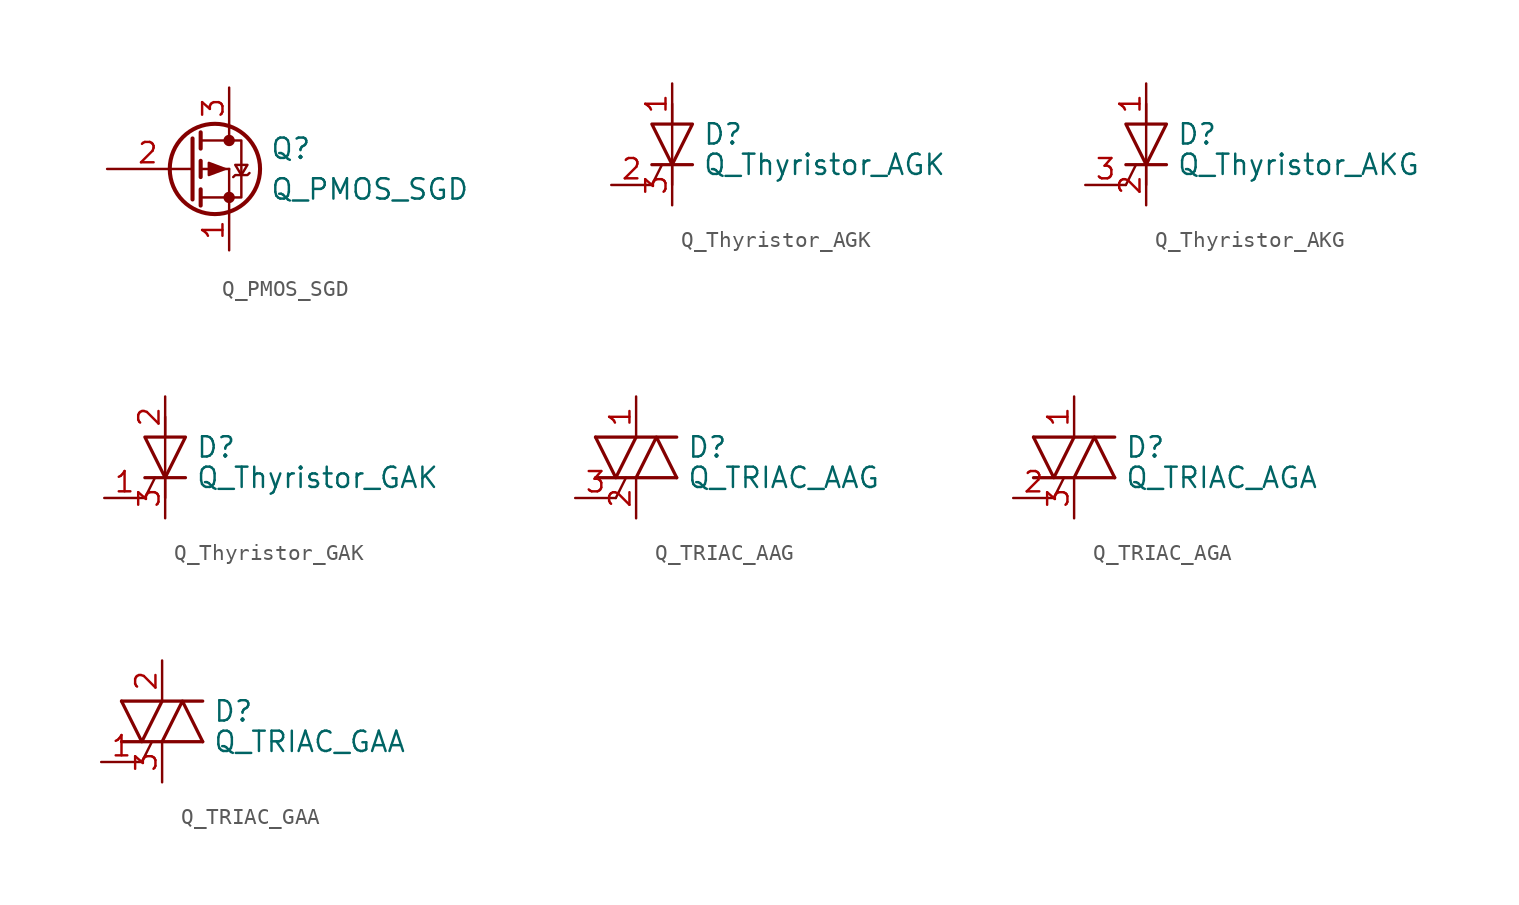
<source format=kicad_sym>
(kicad_symbol_lib
  (version 20211014)
  (generator kicad_symbol_editor)
  (symbol "Q_PMOS_SGD"
    (pin_names
      (offset 0) hide)
    (property "Reference" "Q"
      (at 5.08 1.27 0)
      (effects (font (size 1.27 1.27)) (justify left)))
    (property "Value" "Q_PMOS_SGD"
      (at 5.08 -1.27 0)
      (effects (font (size 1.27 1.27)) (justify left)))
    (symbol "Q_PMOS_SGD_0_1"
      (polyline (pts (xy 0.051 0) (xy 0.254 0)) (stroke (width 0) (type default) (color 0 0 0 0)) (fill (type none)))
      (polyline (pts (xy 0.762 -1.778) (xy 2.54 -1.778)) (stroke (width 0) (type default) (color 0 0 0 0)) (fill (type none)))
      (polyline (pts (xy 0.762 -1.27) (xy 0.762 -2.286)) (stroke (width 0.254) (type default) (color 0 0 0 0)) (fill (type none)))
      (polyline (pts (xy 0.762 0) (xy 2.54 0)) (stroke (width 0) (type default) (color 0 0 0 0)) (fill (type none)))
      (polyline (pts (xy 0.762 0.508) (xy 0.762 -0.508)) (stroke (width 0.254) (type default) (color 0 0 0 0)) (fill (type none)))
      (polyline (pts (xy 0.762 1.778) (xy 2.54 1.778)) (stroke (width 0) (type default) (color 0 0 0 0)) (fill (type none)))
      (polyline (pts (xy 0.762 2.286) (xy 0.762 1.27)) (stroke (width 0.254) (type default) (color 0 0 0 0)) (fill (type none)))
      (polyline (pts (xy 2.54 -1.778) (xy 2.54 -2.54)) (stroke (width 0) (type default) (color 0 0 0 0)) (fill (type none)))
      (polyline (pts (xy 2.54 -1.778) (xy 2.54 0)) (stroke (width 0) (type default) (color 0 0 0 0)) (fill (type none)))
      (polyline (pts (xy 2.54 2.54) (xy 2.54 1.778)) (stroke (width 0) (type default) (color 0 0 0 0)) (fill (type none)))
      (polyline (pts (xy 0.254 1.905) (xy 0.254 -1.905) (xy 0.254 -1.905)) (stroke (width 0.254) (type default) (color 0 0 0 0)) (fill (type none)))
      (polyline (pts (xy 2.286 0) (xy 1.27 -0.381) (xy 1.27 0.381) (xy 2.286 0)) (stroke (width 0) (type default) (color 0 0 0 0)) (fill (type outline)))
      (polyline (pts (xy 2.54 -1.778) (xy 3.302 -1.778) (xy 3.302 1.778) (xy 2.54 1.778)) (stroke (width 0) (type default) (color 0 0 0 0)) (fill (type none)))
      (polyline (pts (xy 2.794 -0.508) (xy 2.921 -0.381) (xy 3.683 -0.381) (xy 3.81 -0.254)) (stroke (width 0) (type default) (color 0 0 0 0)) (fill (type none)))
      (polyline (pts (xy 3.302 -0.381) (xy 2.921 0.254) (xy 3.683 0.254) (xy 3.302 -0.381)) (stroke (width 0) (type default) (color 0 0 0 0)) (fill (type none)))
      (circle (center 1.651 0) (radius 2.819) (stroke (width 0.254) (type default) (color 0 0 0 0)) (fill (type none)))
      (circle (center 2.54 -1.778) (radius 0.279) (stroke (width 0) (type default) (color 0 0 0 0)) (fill (type outline)))
      (circle (center 2.54 1.778) (radius 0.279) (stroke (width 0) (type default) (color 0 0 0 0)) (fill (type outline))))
    (symbol "Q_PMOS_SGD_1_1"
      (pin passive line (at 2.54 -5.08 90) (length 2.54) (name "S" (effects (font (size 1.27 1.27)))) (number "1" (effects (font (size 1.27 1.27)))))
      (pin input line (at -5.08 0 0) (length 5.08) (name "G" (effects (font (size 1.27 1.27)))) (number "2" (effects (font (size 1.27 1.27)))))
      (pin passive line (at 2.54 5.08 270) (length 2.54) (name "D" (effects (font (size 1.27 1.27)))) (number "3" (effects (font (size 1.27 1.27)))))))
  (symbol "Q_Thyristor_AGK"
    (pin_names
      (offset 0) hide)
    (property "Reference" "D"
      (at 1.905 0.635 0)
      (effects (font (size 1.27 1.27)) (justify left)))
    (property "Value" "Q_Thyristor_AGK"
      (at 1.905 -1.27 0)
      (effects (font (size 1.27 1.27)) (justify left)))
    (symbol "Q_Thyristor_AGK_0_1"
      (polyline (pts (xy -1.27 -2.54) (xy -0.635 -1.27)) (stroke (width 0) (type default) (color 0 0 0 0)) (fill (type none)))
      (polyline (pts (xy -1.27 -1.27) (xy 1.27 -1.27)) (stroke (width 0.203) (type default) (color 0 0 0 0)) (fill (type none)))
      (polyline (pts (xy 0 -2.54) (xy 0 2.54)) (stroke (width 0) (type default) (color 0 0 0 0)) (fill (type none)))
      (polyline (pts (xy -1.27 1.27) (xy 1.27 1.27) (xy 0 -1.27) (xy -1.27 1.27)) (stroke (width 0.203) (type default) (color 0 0 0 0)) (fill (type none))))
    (symbol "Q_Thyristor_AGK_1_1"
      (pin passive line (at 0 3.81 270) (length 2.54) (name "A" (effects (font (size 1.27 1.27)))) (number "1" (effects (font (size 1.27 1.27)))))
      (pin input line (at -3.81 -2.54 0) (length 2.54) (name "G" (effects (font (size 1.27 1.27)))) (number "2" (effects (font (size 1.27 1.27)))))
      (pin passive line (at 0 -3.81 90) (length 2.54) (name "K" (effects (font (size 1.27 1.27)))) (number "3" (effects (font (size 1.27 1.27)))))))
  (symbol "Q_Thyristor_AKG"
    (pin_names
      (offset 0) hide)
    (property "Reference" "D"
      (at 1.905 0.635 0)
      (effects (font (size 1.27 1.27)) (justify left)))
    (property "Value" "Q_Thyristor_AKG"
      (at 1.905 -1.27 0)
      (effects (font (size 1.27 1.27)) (justify left)))
    (symbol "Q_Thyristor_AKG_0_1"
      (polyline (pts (xy -1.27 -2.54) (xy -0.635 -1.27)) (stroke (width 0) (type default) (color 0 0 0 0)) (fill (type none)))
      (polyline (pts (xy -1.27 -1.27) (xy 1.27 -1.27)) (stroke (width 0.203) (type default) (color 0 0 0 0)) (fill (type none)))
      (polyline (pts (xy 0 -2.54) (xy 0 2.54)) (stroke (width 0) (type default) (color 0 0 0 0)) (fill (type none)))
      (polyline (pts (xy -1.27 1.27) (xy 1.27 1.27) (xy 0 -1.27) (xy -1.27 1.27)) (stroke (width 0.203) (type default) (color 0 0 0 0)) (fill (type none))))
    (symbol "Q_Thyristor_AKG_1_1"
      (pin passive line (at 0 3.81 270) (length 2.54) (name "A" (effects (font (size 1.27 1.27)))) (number "1" (effects (font (size 1.27 1.27)))))
      (pin passive line (at 0 -3.81 90) (length 2.54) (name "K" (effects (font (size 1.27 1.27)))) (number "2" (effects (font (size 1.27 1.27)))))
      (pin input line (at -3.81 -2.54 0) (length 2.54) (name "G" (effects (font (size 1.27 1.27)))) (number "3" (effects (font (size 1.27 1.27)))))))
  (symbol "Q_Thyristor_GAK"
    (pin_names
      (offset 0) hide)
    (property "Reference" "D"
      (at 1.905 0.635 0)
      (effects (font (size 1.27 1.27)) (justify left)))
    (property "Value" "Q_Thyristor_GAK"
      (at 1.905 -1.27 0)
      (effects (font (size 1.27 1.27)) (justify left)))
    (symbol "Q_Thyristor_GAK_0_1"
      (polyline (pts (xy -1.27 -2.54) (xy -0.635 -1.27)) (stroke (width 0) (type default) (color 0 0 0 0)) (fill (type none)))
      (polyline (pts (xy -1.27 -1.27) (xy 1.27 -1.27)) (stroke (width 0.203) (type default) (color 0 0 0 0)) (fill (type none)))
      (polyline (pts (xy 0 -2.54) (xy 0 2.54)) (stroke (width 0) (type default) (color 0 0 0 0)) (fill (type none)))
      (polyline (pts (xy -1.27 1.27) (xy 1.27 1.27) (xy 0 -1.27) (xy -1.27 1.27)) (stroke (width 0.203) (type default) (color 0 0 0 0)) (fill (type none))))
    (symbol "Q_Thyristor_GAK_1_1"
      (pin input line (at -3.81 -2.54 0) (length 2.54) (name "G" (effects (font (size 1.27 1.27)))) (number "1" (effects (font (size 1.27 1.27)))))
      (pin passive line (at 0 3.81 270) (length 2.54) (name "A" (effects (font (size 1.27 1.27)))) (number "2" (effects (font (size 1.27 1.27)))))
      (pin passive line (at 0 -3.81 90) (length 2.54) (name "K" (effects (font (size 1.27 1.27)))) (number "3" (effects (font (size 1.27 1.27)))))))
  (symbol "Q_TRIAC_AAG"
    (pin_names
      (offset 0) hide)
    (property "Reference" "D"
      (at 3.175 0.635 0)
      (effects (font (size 1.27 1.27)) (justify left)))
    (property "Value" "Q_TRIAC_AAG"
      (at 3.175 -1.27 0)
      (effects (font (size 1.27 1.27)) (justify left)))
    (symbol "Q_TRIAC_AAG_0_1"
      (polyline (pts (xy -2.54 -1.27) (xy 2.54 -1.27)) (stroke (width 0.203) (type default) (color 0 0 0 0)) (fill (type none)))
      (polyline (pts (xy -2.54 1.27) (xy 2.54 1.27)) (stroke (width 0.203) (type default) (color 0 0 0 0)) (fill (type none)))
      (polyline (pts (xy -1.27 -2.54) (xy -0.635 -1.27)) (stroke (width 0) (type default) (color 0 0 0 0)) (fill (type none)))
      (polyline (pts (xy -2.54 1.27) (xy -1.27 -1.27) (xy 0 1.27)) (stroke (width 0.203) (type default) (color 0 0 0 0)) (fill (type none)))
      (polyline (pts (xy 0 -1.27) (xy 1.27 1.27) (xy 2.54 -1.27)) (stroke (width 0.203) (type default) (color 0 0 0 0)) (fill (type none))))
    (symbol "Q_TRIAC_AAG_1_1"
      (pin passive line (at 0 3.81 270) (length 2.54) (name "A1" (effects (font (size 1.27 1.27)))) (number "1" (effects (font (size 1.27 1.27)))))
      (pin passive line (at 0 -3.81 90) (length 2.54) (name "A2" (effects (font (size 1.27 1.27)))) (number "2" (effects (font (size 1.27 1.27)))))
      (pin input line (at -3.81 -2.54 0) (length 2.54) (name "G" (effects (font (size 1.27 1.27)))) (number "3" (effects (font (size 1.27 1.27)))))))
  (symbol "Q_TRIAC_AGA"
    (pin_names
      (offset 0) hide)
    (property "Reference" "D"
      (at 3.175 0.635 0)
      (effects (font (size 1.27 1.27)) (justify left)))
    (property "Value" "Q_TRIAC_AGA"
      (at 3.175 -1.27 0)
      (effects (font (size 1.27 1.27)) (justify left)))
    (symbol "Q_TRIAC_AGA_0_1"
      (polyline (pts (xy -2.54 -1.27) (xy 2.54 -1.27)) (stroke (width 0.203) (type default) (color 0 0 0 0)) (fill (type none)))
      (polyline (pts (xy -2.54 1.27) (xy 2.54 1.27)) (stroke (width 0.203) (type default) (color 0 0 0 0)) (fill (type none)))
      (polyline (pts (xy -1.27 -2.54) (xy -0.635 -1.27)) (stroke (width 0) (type default) (color 0 0 0 0)) (fill (type none)))
      (polyline (pts (xy -2.54 1.27) (xy -1.27 -1.27) (xy 0 1.27)) (stroke (width 0.203) (type default) (color 0 0 0 0)) (fill (type none)))
      (polyline (pts (xy 0 -1.27) (xy 1.27 1.27) (xy 2.54 -1.27)) (stroke (width 0.203) (type default) (color 0 0 0 0)) (fill (type none))))
    (symbol "Q_TRIAC_AGA_1_1"
      (pin passive line (at 0 3.81 270) (length 2.54) (name "A1" (effects (font (size 1.27 1.27)))) (number "1" (effects (font (size 1.27 1.27)))))
      (pin input line (at -3.81 -2.54 0) (length 2.54) (name "G" (effects (font (size 1.27 1.27)))) (number "2" (effects (font (size 1.27 1.27)))))
      (pin passive line (at 0 -3.81 90) (length 2.54) (name "A2" (effects (font (size 1.27 1.27)))) (number "3" (effects (font (size 1.27 1.27)))))))
  (symbol "Q_TRIAC_GAA"
    (pin_names
      (offset 0) hide)
    (property "Reference" "D"
      (at 3.175 0.635 0)
      (effects (font (size 1.27 1.27)) (justify left)))
    (property "Value" "Q_TRIAC_GAA"
      (at 3.175 -1.27 0)
      (effects (font (size 1.27 1.27)) (justify left)))
    (symbol "Q_TRIAC_GAA_0_1"
      (polyline (pts (xy -2.54 -1.27) (xy 2.54 -1.27)) (stroke (width 0.203) (type default) (color 0 0 0 0)) (fill (type none)))
      (polyline (pts (xy -2.54 1.27) (xy 2.54 1.27)) (stroke (width 0.203) (type default) (color 0 0 0 0)) (fill (type none)))
      (polyline (pts (xy -1.27 -2.54) (xy -0.635 -1.27)) (stroke (width 0) (type default) (color 0 0 0 0)) (fill (type none)))
      (polyline (pts (xy -2.54 1.27) (xy -1.27 -1.27) (xy 0 1.27)) (stroke (width 0.203) (type default) (color 0 0 0 0)) (fill (type none)))
      (polyline (pts (xy 0 -1.27) (xy 1.27 1.27) (xy 2.54 -1.27)) (stroke (width 0.203) (type default) (color 0 0 0 0)) (fill (type none))))
    (symbol "Q_TRIAC_GAA_1_1"
      (pin input line (at -3.81 -2.54 0) (length 2.54) (name "G" (effects (font (size 1.27 1.27)))) (number "1" (effects (font (size 1.27 1.27)))))
      (pin passive line (at 0 3.81 270) (length 2.54) (name "A1" (effects (font (size 1.27 1.27)))) (number "2" (effects (font (size 1.27 1.27)))))
      (pin passive line (at 0 -3.81 90) (length 2.54) (name "A2" (effects (font (size 1.27 1.27)))) (number "3" (effects (font (size 1.27 1.27))))))))
</source>
